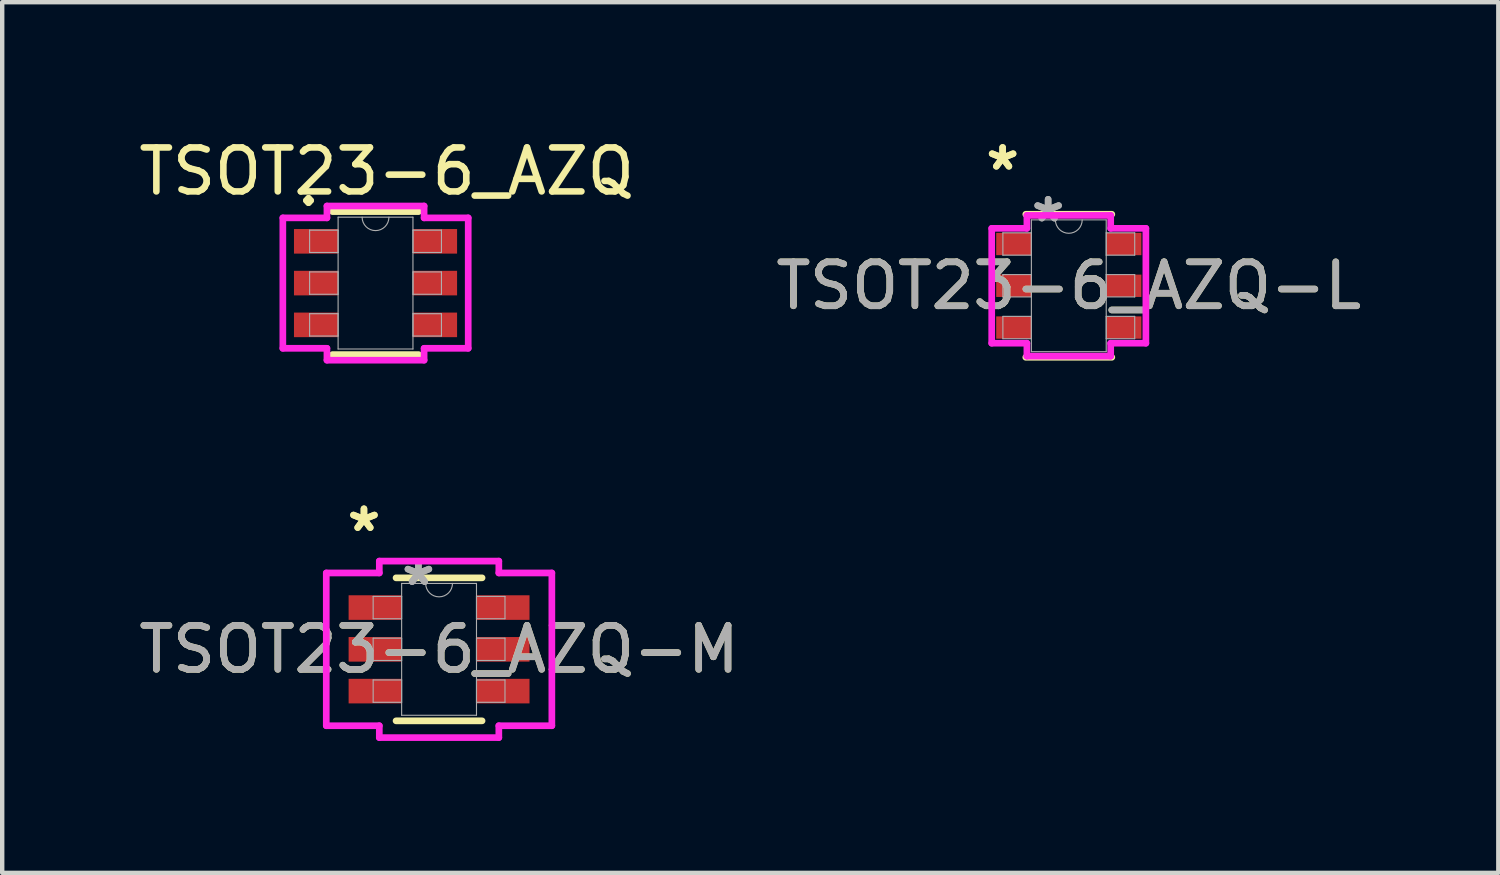
<source format=kicad_pcb>
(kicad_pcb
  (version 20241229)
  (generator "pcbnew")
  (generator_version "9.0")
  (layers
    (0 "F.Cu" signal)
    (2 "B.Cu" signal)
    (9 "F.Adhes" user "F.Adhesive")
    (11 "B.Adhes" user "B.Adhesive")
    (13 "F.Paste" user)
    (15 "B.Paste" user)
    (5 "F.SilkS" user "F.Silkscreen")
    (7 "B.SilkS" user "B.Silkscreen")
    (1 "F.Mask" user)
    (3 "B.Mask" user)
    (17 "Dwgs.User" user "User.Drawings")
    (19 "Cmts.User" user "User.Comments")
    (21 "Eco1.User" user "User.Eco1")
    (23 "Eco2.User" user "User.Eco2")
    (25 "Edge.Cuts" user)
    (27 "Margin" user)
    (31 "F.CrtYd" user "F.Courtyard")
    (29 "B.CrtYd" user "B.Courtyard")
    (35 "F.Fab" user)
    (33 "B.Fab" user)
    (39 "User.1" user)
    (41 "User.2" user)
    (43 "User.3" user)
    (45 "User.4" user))
  (footprint "TSOT23-6_AZQ-L"
    (layer "F.Cu")
    (at 21.256 3.449)
    (property "Reference" "TSOT23-6_AZQ-L" (at 0 0 0) (unlocked yes) (layer "F.SilkS") (effects (font (size 1 1) (thickness 0.15))))
    (attr smd)
    (fp_line (start -0.978 1.626) (end 0.978 1.626) (stroke (width 0.152) (type solid)) (layer "F.SilkS"))
    (fp_line (start 0.978 -1.626) (end -0.978 -1.626) (stroke (width 0.152) (type solid)) (layer "F.SilkS"))
    (fp_line (start -1.753 -1.306) (end -0.953 -1.306) (stroke (width 0.152) (type solid)) (layer "F.CrtYd"))
    (fp_line (start -1.753 1.306) (end -1.753 -1.306) (stroke (width 0.152) (type solid)) (layer "F.CrtYd"))
    (fp_line (start -1.753 1.306) (end -0.953 1.306) (stroke (width 0.152) (type solid)) (layer "F.CrtYd"))
    (fp_line (start -0.953 -1.6) (end 0.953 -1.6) (stroke (width 0.152) (type solid)) (layer "F.CrtYd"))
    (fp_line (start -0.953 -1.306) (end -0.953 -1.6) (stroke (width 0.152) (type solid)) (layer "F.CrtYd"))
    (fp_line (start -0.953 1.6) (end -0.953 1.306) (stroke (width 0.152) (type solid)) (layer "F.CrtYd"))
    (fp_line (start 0.953 -1.6) (end 0.953 -1.306) (stroke (width 0.152) (type solid)) (layer "F.CrtYd"))
    (fp_line (start 0.953 1.306) (end 0.953 1.6) (stroke (width 0.152) (type solid)) (layer "F.CrtYd"))
    (fp_line (start 0.953 1.6) (end -0.953 1.6) (stroke (width 0.152) (type solid)) (layer "F.CrtYd"))
    (fp_line (start 1.753 -1.306) (end 0.953 -1.306) (stroke (width 0.152) (type solid)) (layer "F.CrtYd"))
    (fp_line (start 1.753 -1.306) (end 1.753 1.306) (stroke (width 0.152) (type solid)) (layer "F.CrtYd"))
    (fp_line (start 1.753 1.306) (end 0.953 1.306) (stroke (width 0.152) (type solid)) (layer "F.CrtYd"))
    (fp_line (start -1.499 -1.204) (end -1.499 -0.696) (stroke (width 0.025) (type solid)) (layer "F.Fab"))
    (fp_line (start -1.499 -0.696) (end -0.851 -0.696) (stroke (width 0.025) (type solid)) (layer "F.Fab"))
    (fp_line (start -1.499 -0.254) (end -1.499 0.254) (stroke (width 0.025) (type solid)) (layer "F.Fab"))
    (fp_line (start -1.499 0.254) (end -0.851 0.254) (stroke (width 0.025) (type solid)) (layer "F.Fab"))
    (fp_line (start -1.499 0.696) (end -1.499 1.204) (stroke (width 0.025) (type solid)) (layer "F.Fab"))
    (fp_line (start -1.499 1.204) (end -0.851 1.204) (stroke (width 0.025) (type solid)) (layer "F.Fab"))
    (fp_line (start -0.851 -1.499) (end -0.851 1.499) (stroke (width 0.025) (type solid)) (layer "F.Fab"))
    (fp_line (start -0.851 -1.204) (end -1.499 -1.204) (stroke (width 0.025) (type solid)) (layer "F.Fab"))
    (fp_line (start -0.851 -0.696) (end -0.851 -1.204) (stroke (width 0.025) (type solid)) (layer "F.Fab"))
    (fp_line (start -0.851 -0.254) (end -1.499 -0.254) (stroke (width 0.025) (type solid)) (layer "F.Fab"))
    (fp_line (start -0.851 0.254) (end -0.851 -0.254) (stroke (width 0.025) (type solid)) (layer "F.Fab"))
    (fp_line (start -0.851 0.696) (end -1.499 0.696) (stroke (width 0.025) (type solid)) (layer "F.Fab"))
    (fp_line (start -0.851 1.204) (end -0.851 0.696) (stroke (width 0.025) (type solid)) (layer "F.Fab"))
    (fp_line (start -0.851 1.499) (end 0.851 1.499) (stroke (width 0.025) (type solid)) (layer "F.Fab"))
    (fp_line (start 0.851 -1.499) (end -0.851 -1.499) (stroke (width 0.025) (type solid)) (layer "F.Fab"))
    (fp_line (start 0.851 -1.204) (end 0.851 -0.696) (stroke (width 0.025) (type solid)) (layer "F.Fab"))
    (fp_line (start 0.851 -0.696) (end 1.499 -0.696) (stroke (width 0.025) (type solid)) (layer "F.Fab"))
    (fp_line (start 0.851 -0.254) (end 0.851 0.254) (stroke (width 0.025) (type solid)) (layer "F.Fab"))
    (fp_line (start 0.851 0.254) (end 1.499 0.254) (stroke (width 0.025) (type solid)) (layer "F.Fab"))
    (fp_line (start 0.851 0.696) (end 0.851 1.204) (stroke (width 0.025) (type solid)) (layer "F.Fab"))
    (fp_line (start 0.851 1.204) (end 1.499 1.204) (stroke (width 0.025) (type solid)) (layer "F.Fab"))
    (fp_line (start 0.851 1.499) (end 0.851 -1.499) (stroke (width 0.025) (type solid)) (layer "F.Fab"))
    (fp_line (start 1.499 -1.204) (end 0.851 -1.204) (stroke (width 0.025) (type solid)) (layer "F.Fab"))
    (fp_line (start 1.499 -0.696) (end 1.499 -1.204) (stroke (width 0.025) (type solid)) (layer "F.Fab"))
    (fp_line (start 1.499 -0.254) (end 0.851 -0.254) (stroke (width 0.025) (type solid)) (layer "F.Fab"))
    (fp_line (start 1.499 0.254) (end 1.499 -0.254) (stroke (width 0.025) (type solid)) (layer "F.Fab"))
    (fp_line (start 1.499 0.696) (end 0.851 0.696) (stroke (width 0.025) (type solid)) (layer "F.Fab"))
    (fp_line (start 1.499 1.204) (end 1.499 0.696) (stroke (width 0.025) (type solid)) (layer "F.Fab"))
    (fp_arc (start 0.3048 -1.4986) (mid 0 -1.1938) (end -0.3048 -1.4986) (stroke (width 0.0254) (type solid)) (layer "F.Fab"))
    (fp_text user "*" (at -1.505 -2.601 0) (unlocked yes) (layer "F.SilkS") (effects (font (size 1 1) (thickness 0.15))))
    (fp_text user "*" (at -1.505 -2.601 0) (layer "F.SilkS") (effects (font (size 1 1) (thickness 0.15))))
    (fp_text user "*" (at -0.47 -1.422 0) (unlocked yes) (layer "F.Fab") (effects (font (size 1 1) (thickness 0.15))))
    (fp_text user "*" (at -0.47 -1.422 0) (layer "F.Fab") (effects (font (size 1 1) (thickness 0.15))))
    (fp_text user "${REFERENCE}" (at 0 0 0) (unlocked yes) (layer "F.Fab") (effects (font (size 1 1) (thickness 0.15))))
    (pad "1" smd rect (at -1.251 -0.95) (size 0.8 0.508) (layers "F.Cu" "F.Mask" "F.Paste"))
    (pad "2" smd rect (at -1.251 0) (size 0.8 0.508) (layers "F.Cu" "F.Mask" "F.Paste"))
    (pad "3" smd rect (at -1.251 0.95) (size 0.8 0.508) (layers "F.Cu" "F.Mask" "F.Paste"))
    (pad "4" smd rect (at 1.251 0.95) (size 0.8 0.508) (layers "F.Cu" "F.Mask" "F.Paste"))
    (pad "5" smd rect (at 1.251 0) (size 0.8 0.508) (layers "F.Cu" "F.Mask" "F.Paste"))
    (pad "6" smd rect (at 1.251 -0.95) (size 0.8 0.508) (layers "F.Cu" "F.Mask" "F.Paste")))
  (footprint "TSOT23-6_AZQ"
    (layer "F.Cu")
    (at 5.49 3.388)
    (property "Reference" "TSOT23-6_AZQ" (at 0.254 -2.54 0) (unlocked yes) (layer "F.SilkS") (effects (font (size 1 1) (thickness 0.15))))
    (attr smd)
    (fp_line (start -0.978 1.626) (end 0.978 1.626) (stroke (width 0.152) (type solid)) (layer "F.SilkS"))
    (fp_line (start 0.978 -1.626) (end -0.978 -1.626) (stroke (width 0.152) (type solid)) (layer "F.SilkS"))
    (fp_line (start -2.108 -1.483) (end -1.105 -1.483) (stroke (width 0.152) (type solid)) (layer "F.CrtYd"))
    (fp_line (start -2.108 1.483) (end -2.108 -1.483) (stroke (width 0.152) (type solid)) (layer "F.CrtYd"))
    (fp_line (start -2.108 1.483) (end -1.105 1.483) (stroke (width 0.152) (type solid)) (layer "F.CrtYd"))
    (fp_line (start -1.105 -1.753) (end 1.105 -1.753) (stroke (width 0.152) (type solid)) (layer "F.CrtYd"))
    (fp_line (start -1.105 -1.483) (end -1.105 -1.753) (stroke (width 0.152) (type solid)) (layer "F.CrtYd"))
    (fp_line (start -1.105 1.753) (end -1.105 1.483) (stroke (width 0.152) (type solid)) (layer "F.CrtYd"))
    (fp_line (start 1.105 -1.753) (end 1.105 -1.483) (stroke (width 0.152) (type solid)) (layer "F.CrtYd"))
    (fp_line (start 1.105 1.483) (end 1.105 1.753) (stroke (width 0.152) (type solid)) (layer "F.CrtYd"))
    (fp_line (start 1.105 1.753) (end -1.105 1.753) (stroke (width 0.152) (type solid)) (layer "F.CrtYd"))
    (fp_line (start 2.108 -1.483) (end 1.105 -1.483) (stroke (width 0.152) (type solid)) (layer "F.CrtYd"))
    (fp_line (start 2.108 -1.483) (end 2.108 1.483) (stroke (width 0.152) (type solid)) (layer "F.CrtYd"))
    (fp_line (start 2.108 1.483) (end 1.105 1.483) (stroke (width 0.152) (type solid)) (layer "F.CrtYd"))
    (fp_line (start -1.499 -1.204) (end -1.499 -0.696) (stroke (width 0.025) (type solid)) (layer "F.Fab"))
    (fp_line (start -1.499 -0.696) (end -0.851 -0.696) (stroke (width 0.025) (type solid)) (layer "F.Fab"))
    (fp_line (start -1.499 -0.254) (end -1.499 0.254) (stroke (width 0.025) (type solid)) (layer "F.Fab"))
    (fp_line (start -1.499 0.254) (end -0.851 0.254) (stroke (width 0.025) (type solid)) (layer "F.Fab"))
    (fp_line (start -1.499 0.696) (end -1.499 1.204) (stroke (width 0.025) (type solid)) (layer "F.Fab"))
    (fp_line (start -1.499 1.204) (end -0.851 1.204) (stroke (width 0.025) (type solid)) (layer "F.Fab"))
    (fp_line (start -0.851 -1.499) (end -0.851 1.499) (stroke (width 0.025) (type solid)) (layer "F.Fab"))
    (fp_line (start -0.851 -1.204) (end -1.499 -1.204) (stroke (width 0.025) (type solid)) (layer "F.Fab"))
    (fp_line (start -0.851 -0.696) (end -0.851 -1.204) (stroke (width 0.025) (type solid)) (layer "F.Fab"))
    (fp_line (start -0.851 -0.254) (end -1.499 -0.254) (stroke (width 0.025) (type solid)) (layer "F.Fab"))
    (fp_line (start -0.851 0.254) (end -0.851 -0.254) (stroke (width 0.025) (type solid)) (layer "F.Fab"))
    (fp_line (start -0.851 0.696) (end -1.499 0.696) (stroke (width 0.025) (type solid)) (layer "F.Fab"))
    (fp_line (start -0.851 1.204) (end -0.851 0.696) (stroke (width 0.025) (type solid)) (layer "F.Fab"))
    (fp_line (start -0.851 1.499) (end 0.851 1.499) (stroke (width 0.025) (type solid)) (layer "F.Fab"))
    (fp_line (start 0.851 -1.499) (end -0.851 -1.499) (stroke (width 0.025) (type solid)) (layer "F.Fab"))
    (fp_line (start 0.851 -1.204) (end 0.851 -0.696) (stroke (width 0.025) (type solid)) (layer "F.Fab"))
    (fp_line (start 0.851 -0.696) (end 1.499 -0.696) (stroke (width 0.025) (type solid)) (layer "F.Fab"))
    (fp_line (start 0.851 -0.254) (end 0.851 0.254) (stroke (width 0.025) (type solid)) (layer "F.Fab"))
    (fp_line (start 0.851 0.254) (end 1.499 0.254) (stroke (width 0.025) (type solid)) (layer "F.Fab"))
    (fp_line (start 0.851 0.696) (end 0.851 1.204) (stroke (width 0.025) (type solid)) (layer "F.Fab"))
    (fp_line (start 0.851 1.204) (end 1.499 1.204) (stroke (width 0.025) (type solid)) (layer "F.Fab"))
    (fp_line (start 0.851 1.499) (end 0.851 -1.499) (stroke (width 0.025) (type solid)) (layer "F.Fab"))
    (fp_line (start 1.499 -1.204) (end 0.851 -1.204) (stroke (width 0.025) (type solid)) (layer "F.Fab"))
    (fp_line (start 1.499 -0.696) (end 1.499 -1.204) (stroke (width 0.025) (type solid)) (layer "F.Fab"))
    (fp_line (start 1.499 -0.254) (end 0.851 -0.254) (stroke (width 0.025) (type solid)) (layer "F.Fab"))
    (fp_line (start 1.499 0.254) (end 1.499 -0.254) (stroke (width 0.025) (type solid)) (layer "F.Fab"))
    (fp_line (start 1.499 0.696) (end 0.851 0.696) (stroke (width 0.025) (type solid)) (layer "F.Fab"))
    (fp_line (start 1.499 1.204) (end 1.499 0.696) (stroke (width 0.025) (type solid)) (layer "F.Fab"))
    (fp_arc (start 0.3048 -1.4986) (mid 0 -1.1938) (end -0.3048 -1.4986) (stroke (width 0.0254) (type solid)) (layer "F.Fab"))
    (fp_text user "." (at -1.524 -2.286 0) (unlocked yes) (layer "F.SilkS") (effects (font (size 1 1) (thickness 0.15))))
    (pad "1" smd rect (at -1.353 -0.95) (size 1.003 0.559) (layers "F.Cu" "F.Mask" "F.Paste"))
    (pad "2" smd rect (at -1.353 0) (size 1.003 0.559) (layers "F.Cu" "F.Mask" "F.Paste"))
    (pad "3" smd rect (at -1.353 0.95) (size 1.003 0.559) (layers "F.Cu" "F.Mask" "F.Paste"))
    (pad "4" smd rect (at 1.353 0.95) (size 1.003 0.559) (layers "F.Cu" "F.Mask" "F.Paste"))
    (pad "5" smd rect (at 1.353 0) (size 1.003 0.559) (layers "F.Cu" "F.Mask" "F.Paste"))
    (pad "6" smd rect (at 1.353 -0.95) (size 1.003 0.559) (layers "F.Cu" "F.Mask" "F.Paste")))
  (footprint "TSOT23-6_AZQ-M"
    (layer "F.Cu")
    (at 6.935 11.717)
    (property "Reference" "TSOT23-6_AZQ-M" (at 0 0 0) (unlocked yes) (layer "F.SilkS") (effects (font (size 1 1) (thickness 0.15))))
    (attr smd)
    (fp_line (start -0.978 1.626) (end 0.978 1.626) (stroke (width 0.152) (type solid)) (layer "F.SilkS"))
    (fp_line (start 0.978 -1.626) (end -0.978 -1.626) (stroke (width 0.152) (type solid)) (layer "F.SilkS"))
    (fp_line (start -2.565 -1.737) (end -1.359 -1.737) (stroke (width 0.152) (type solid)) (layer "F.CrtYd"))
    (fp_line (start -2.565 1.737) (end -2.565 -1.737) (stroke (width 0.152) (type solid)) (layer "F.CrtYd"))
    (fp_line (start -2.565 1.737) (end -1.359 1.737) (stroke (width 0.152) (type solid)) (layer "F.CrtYd"))
    (fp_line (start -1.359 -2.007) (end 1.359 -2.007) (stroke (width 0.152) (type solid)) (layer "F.CrtYd"))
    (fp_line (start -1.359 -1.737) (end -1.359 -2.007) (stroke (width 0.152) (type solid)) (layer "F.CrtYd"))
    (fp_line (start -1.359 2.007) (end -1.359 1.737) (stroke (width 0.152) (type solid)) (layer "F.CrtYd"))
    (fp_line (start 1.359 -2.007) (end 1.359 -1.737) (stroke (width 0.152) (type solid)) (layer "F.CrtYd"))
    (fp_line (start 1.359 1.737) (end 1.359 2.007) (stroke (width 0.152) (type solid)) (layer "F.CrtYd"))
    (fp_line (start 1.359 2.007) (end -1.359 2.007) (stroke (width 0.152) (type solid)) (layer "F.CrtYd"))
    (fp_line (start 2.565 -1.737) (end 1.359 -1.737) (stroke (width 0.152) (type solid)) (layer "F.CrtYd"))
    (fp_line (start 2.565 -1.737) (end 2.565 1.737) (stroke (width 0.152) (type solid)) (layer "F.CrtYd"))
    (fp_line (start 2.565 1.737) (end 1.359 1.737) (stroke (width 0.152) (type solid)) (layer "F.CrtYd"))
    (fp_line (start -1.499 -1.204) (end -1.499 -0.696) (stroke (width 0.025) (type solid)) (layer "F.Fab"))
    (fp_line (start -1.499 -0.696) (end -0.851 -0.696) (stroke (width 0.025) (type solid)) (layer "F.Fab"))
    (fp_line (start -1.499 -0.254) (end -1.499 0.254) (stroke (width 0.025) (type solid)) (layer "F.Fab"))
    (fp_line (start -1.499 0.254) (end -0.851 0.254) (stroke (width 0.025) (type solid)) (layer "F.Fab"))
    (fp_line (start -1.499 0.696) (end -1.499 1.204) (stroke (width 0.025) (type solid)) (layer "F.Fab"))
    (fp_line (start -1.499 1.204) (end -0.851 1.204) (stroke (width 0.025) (type solid)) (layer "F.Fab"))
    (fp_line (start -0.851 -1.499) (end -0.851 1.499) (stroke (width 0.025) (type solid)) (layer "F.Fab"))
    (fp_line (start -0.851 -1.204) (end -1.499 -1.204) (stroke (width 0.025) (type solid)) (layer "F.Fab"))
    (fp_line (start -0.851 -0.696) (end -0.851 -1.204) (stroke (width 0.025) (type solid)) (layer "F.Fab"))
    (fp_line (start -0.851 -0.254) (end -1.499 -0.254) (stroke (width 0.025) (type solid)) (layer "F.Fab"))
    (fp_line (start -0.851 0.254) (end -0.851 -0.254) (stroke (width 0.025) (type solid)) (layer "F.Fab"))
    (fp_line (start -0.851 0.696) (end -1.499 0.696) (stroke (width 0.025) (type solid)) (layer "F.Fab"))
    (fp_line (start -0.851 1.204) (end -0.851 0.696) (stroke (width 0.025) (type solid)) (layer "F.Fab"))
    (fp_line (start -0.851 1.499) (end 0.851 1.499) (stroke (width 0.025) (type solid)) (layer "F.Fab"))
    (fp_line (start 0.851 -1.499) (end -0.851 -1.499) (stroke (width 0.025) (type solid)) (layer "F.Fab"))
    (fp_line (start 0.851 -1.204) (end 0.851 -0.696) (stroke (width 0.025) (type solid)) (layer "F.Fab"))
    (fp_line (start 0.851 -0.696) (end 1.499 -0.696) (stroke (width 0.025) (type solid)) (layer "F.Fab"))
    (fp_line (start 0.851 -0.254) (end 0.851 0.254) (stroke (width 0.025) (type solid)) (layer "F.Fab"))
    (fp_line (start 0.851 0.254) (end 1.499 0.254) (stroke (width 0.025) (type solid)) (layer "F.Fab"))
    (fp_line (start 0.851 0.696) (end 0.851 1.204) (stroke (width 0.025) (type solid)) (layer "F.Fab"))
    (fp_line (start 0.851 1.204) (end 1.499 1.204) (stroke (width 0.025) (type solid)) (layer "F.Fab"))
    (fp_line (start 0.851 1.499) (end 0.851 -1.499) (stroke (width 0.025) (type solid)) (layer "F.Fab"))
    (fp_line (start 1.499 -1.204) (end 0.851 -1.204) (stroke (width 0.025) (type solid)) (layer "F.Fab"))
    (fp_line (start 1.499 -0.696) (end 1.499 -1.204) (stroke (width 0.025) (type solid)) (layer "F.Fab"))
    (fp_line (start 1.499 -0.254) (end 0.851 -0.254) (stroke (width 0.025) (type solid)) (layer "F.Fab"))
    (fp_line (start 1.499 0.254) (end 1.499 -0.254) (stroke (width 0.025) (type solid)) (layer "F.Fab"))
    (fp_line (start 1.499 0.696) (end 0.851 0.696) (stroke (width 0.025) (type solid)) (layer "F.Fab"))
    (fp_line (start 1.499 1.204) (end 1.499 0.696) (stroke (width 0.025) (type solid)) (layer "F.Fab"))
    (fp_arc (start 0.3048 -1.4986) (mid 0 -1.1938) (end -0.3048 -1.4986) (stroke (width 0.0254) (type solid)) (layer "F.Fab"))
    (fp_text user "*" (at -1.708 -2.652 0) (unlocked yes) (layer "F.SilkS") (effects (font (size 1 1) (thickness 0.15))))
    (fp_text user "*" (at -1.708 -2.652 0) (layer "F.SilkS") (effects (font (size 1 1) (thickness 0.15))))
    (fp_text user "*" (at -0.47 -1.422 0) (unlocked yes) (layer "F.Fab") (effects (font (size 1 1) (thickness 0.15))))
    (fp_text user "${REFERENCE}" (at 0 0 0) (unlocked yes) (layer "F.Fab") (effects (font (size 1 1) (thickness 0.15))))
    (fp_text user "*" (at -0.47 -1.422 0) (layer "F.Fab") (effects (font (size 1 1) (thickness 0.15))))
    (pad "1" smd rect (at -1.454 -0.95) (size 1.206 0.559) (layers "F.Cu" "F.Mask" "F.Paste"))
    (pad "2" smd rect (at -1.454 0) (size 1.206 0.559) (layers "F.Cu" "F.Mask" "F.Paste"))
    (pad "3" smd rect (at -1.454 0.95) (size 1.206 0.559) (layers "F.Cu" "F.Mask" "F.Paste"))
    (pad "4" smd rect (at 1.454 0.95) (size 1.206 0.559) (layers "F.Cu" "F.Mask" "F.Paste"))
    (pad "5" smd rect (at 1.454 0) (size 1.206 0.559) (layers "F.Cu" "F.Mask" "F.Paste"))
    (pad "6" smd rect (at 1.454 -0.95) (size 1.206 0.559) (layers "F.Cu" "F.Mask" "F.Paste")))
  (gr_rect
    (start -3 -3)
    (end 31.024 16.8)
    (stroke (width 0.1) (type default))
    (fill no)
    (layer "Edge.Cuts")))
</source>
